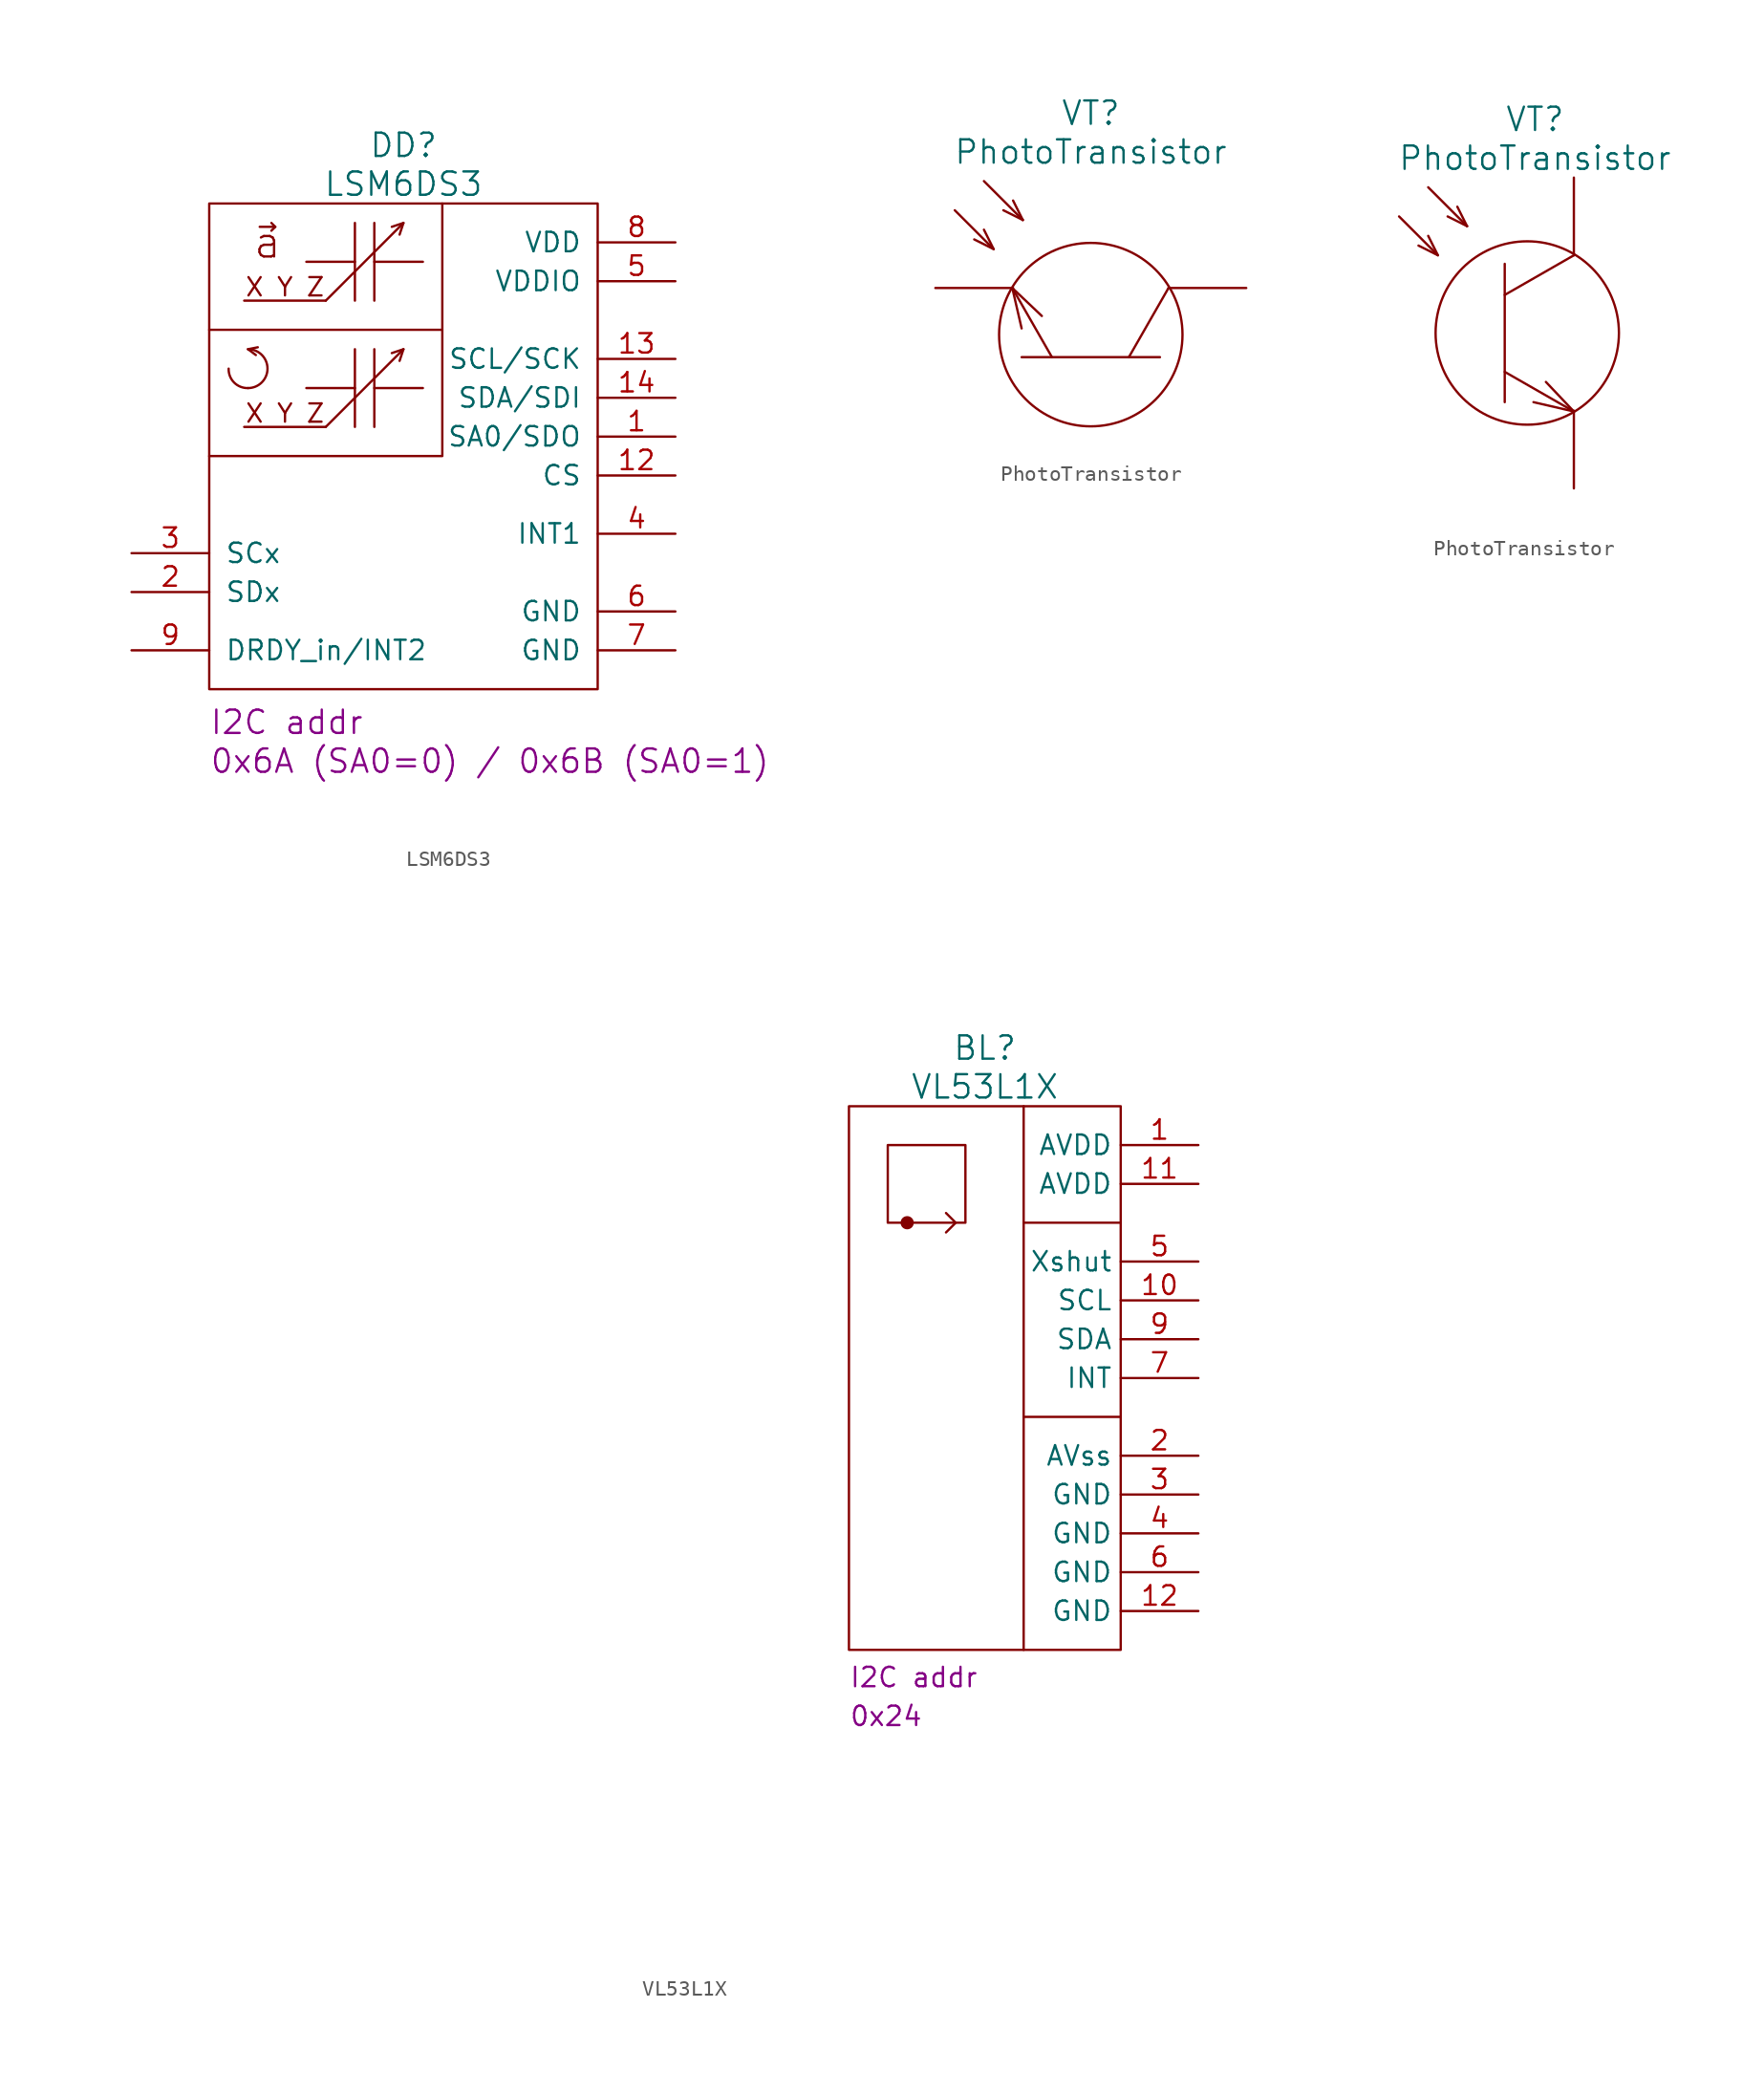
<source format=kicad_sym>
(kicad_symbol_lib
  (version 20220914)
  (generator kicad_symbol_editor)
  (symbol "LSM6DS3"
    (pin_names
      (offset 1.016))
    (property "Reference" "DD"
      (at 0 20.32 0)
      (effects (font (size 1.524 1.524))))
    (property "Value" "LSM6DS3"
      (at 0 17.78 0)
      (effects (font (size 1.524 1.524))))
    (property "I2C" "I2C addr"
      (at -12.7 -16.51 0)
      (effects (font (size 1.524 1.524)) (justify left top)))
    (property "Addr" "0x6A (SA0=0) / 0x6B (SA0=1)"
      (at -12.7 -19.05 0)
      (effects (font (size 1.524 1.524)) (justify left top)))
    (symbol "LSM6DS3_0_0"
      (arc (start -11.43 5.715) (mid -11.0671 4.8004) (end -10.16 4.445) (stroke (width 0) (type solid)) (fill (type none)))
      (arc (start -10.16 4.445) (mid -8.8955 5.715) (end -10.16 6.985) (stroke (width 0) (type solid)) (fill (type none)))
      (polyline (pts (xy -10.16 6.985) (xy -9.652 6.604)) (stroke (width 0) (type solid)) (fill (type none)))
      (polyline (pts (xy -10.16 6.985) (xy -9.525 7.112)) (stroke (width 0) (type solid)) (fill (type none)))
      (polyline (pts (xy -8.382 14.986) (xy -9.398 14.986)) (stroke (width 0) (type solid)) (fill (type none)))
      (polyline (pts (xy -5.08 1.905) (xy -10.414 1.905)) (stroke (width 0) (type solid)) (fill (type none)))
      (polyline (pts (xy -5.08 10.16) (xy -10.414 10.16)) (stroke (width 0) (type solid)) (fill (type none)))
      (polyline (pts (xy -8.636 15.24) (xy -8.382 14.986) (xy -8.636 14.732)) (stroke (width 0) (type solid)) (fill (type none)))
      (text "a" (at -8.89 13.97 0) (effects (font (size 2.007 2.007))))
      (text "X Y Z" (at -7.747 2.794 0) (effects (font (size 1.194 1.194))))
      (text "X Y Z" (at -7.747 11.049 0) (effects (font (size 1.194 1.194)))))
    (symbol "LSM6DS3_0_1"
      (rectangle (start -12.7 16.51) (end 12.7 -15.24) (stroke (width 0) (type solid)) (fill (type none)))
      (polyline (pts (xy -3.175 1.905) (xy -3.175 6.985)) (stroke (width 0) (type solid)) (fill (type none)))
      (polyline (pts (xy -3.175 4.445) (xy -6.35 4.445)) (stroke (width 0) (type solid)) (fill (type none)))
      (polyline (pts (xy -3.175 10.16) (xy -3.175 15.24)) (stroke (width 0) (type solid)) (fill (type none)))
      (polyline (pts (xy -3.175 12.7) (xy -6.35 12.7)) (stroke (width 0) (type solid)) (fill (type none)))
      (polyline (pts (xy -1.905 1.905) (xy -1.905 6.985)) (stroke (width 0) (type solid)) (fill (type none)))
      (polyline (pts (xy -1.905 4.445) (xy 1.27 4.445)) (stroke (width 0) (type solid)) (fill (type none)))
      (polyline (pts (xy -1.905 10.16) (xy -1.905 15.24)) (stroke (width 0) (type solid)) (fill (type none)))
      (polyline (pts (xy -1.905 12.7) (xy 1.27 12.7)) (stroke (width 0) (type solid)) (fill (type none)))
      (polyline (pts (xy 0 6.985) (xy -5.08 1.905)) (stroke (width 0) (type solid)) (fill (type none)))
      (polyline (pts (xy 0 15.24) (xy -5.08 10.16)) (stroke (width 0) (type solid)) (fill (type none)))
      (polyline (pts (xy -0.762 6.731) (xy 0 6.985) (xy -0.254 6.223)) (stroke (width 0) (type solid)) (fill (type none)))
      (polyline (pts (xy -0.762 14.986) (xy 0 15.24) (xy -0.254 14.478)) (stroke (width 0) (type solid)) (fill (type none)))
      (polyline (pts (xy 2.54 8.255) (xy 2.54 0) (xy -3.175 0) (xy -12.7 0)) (stroke (width 0) (type solid)) (fill (type none)))
      (polyline (pts (xy 2.54 16.51) (xy 2.54 8.255) (xy -3.175 8.255) (xy -12.7 8.255)) (stroke (width 0) (type solid)) (fill (type none))))
    (symbol "LSM6DS3_1_1"
      (pin passive line (at 17.78 1.27 180) (length 5.08) (name "SA0/SDO" (effects (font (size 1.27 1.27)))) (number "1" (effects (font (size 1.27 1.27)))))
      (pin no_connect line (at -3.81 -20.32 90) (length 5.08) hide (name "NC" (effects (font (size 1.27 1.27)))) (number "10" (effects (font (size 1.27 1.27)))))
      (pin no_connect line (at -1.27 -20.32 90) (length 5.08) hide (name "NC" (effects (font (size 1.27 1.27)))) (number "11" (effects (font (size 1.27 1.27)))))
      (pin passive line (at 17.78 -1.27 180) (length 5.08) (name "CS" (effects (font (size 1.27 1.27)))) (number "12" (effects (font (size 1.27 1.27)))))
      (pin passive line (at 17.78 6.35 180) (length 5.08) (name "SCL/SCK" (effects (font (size 1.27 1.27)))) (number "13" (effects (font (size 1.27 1.27)))))
      (pin passive line (at 17.78 3.81 180) (length 5.08) (name "SDA/SDI" (effects (font (size 1.27 1.27)))) (number "14" (effects (font (size 1.27 1.27)))))
      (pin passive line (at -17.78 -8.89 0) (length 5.08) (name "SDx" (effects (font (size 1.27 1.27)))) (number "2" (effects (font (size 1.27 1.27)))))
      (pin passive line (at -17.78 -6.35 0) (length 5.08) (name "SCx" (effects (font (size 1.27 1.27)))) (number "3" (effects (font (size 1.27 1.27)))))
      (pin passive line (at 17.78 -5.08 180) (length 5.08) (name "INT1" (effects (font (size 1.27 1.27)))) (number "4" (effects (font (size 1.27 1.27)))))
      (pin power_in line (at 17.78 11.43 180) (length 5.08) (name "VDDIO" (effects (font (size 1.27 1.27)))) (number "5" (effects (font (size 1.27 1.27)))))
      (pin power_in line (at 17.78 -10.16 180) (length 5.08) (name "GND" (effects (font (size 1.27 1.27)))) (number "6" (effects (font (size 1.27 1.27)))))
      (pin power_in line (at 17.78 -12.7 180) (length 5.08) (name "GND" (effects (font (size 1.27 1.27)))) (number "7" (effects (font (size 1.27 1.27)))))
      (pin power_in line (at 17.78 13.97 180) (length 5.08) (name "VDD" (effects (font (size 1.27 1.27)))) (number "8" (effects (font (size 1.27 1.27)))))
      (pin passive line (at -17.78 -12.7 0) (length 5.08) (name "DRDY_in/INT2" (effects (font (size 1.27 1.27)))) (number "9" (effects (font (size 1.27 1.27)))))))
  (symbol "PhotoTransistor"
    (pin_numbers hide)
    (pin_names
      (offset 1.016) hide)
    (property "Reference" "VT"
      (at 0 13.97 0)
      (effects (font (size 1.524 1.524))))
    (property "Value" "PhotoTransistor"
      (at 0 11.43 0)
      (effects (font (size 1.524 1.524))))
    (property "Footprint" ""
      (at -10.16 6.35 0)
      (effects (font (size 1.524 1.524))))
    (property "Datasheet" ""
      (at 0.635 12.7 0)
      (effects (font (size 1.524 1.524))))
    (symbol "PhotoTransistor_0_0"
      (polyline (pts (xy -8.89 7.62) (xy -6.35 5.08) (xy -6.35 5.08)) (stroke (width 0) (type solid)) (fill (type none)))
      (polyline (pts (xy -6.985 9.525) (xy -4.445 6.985) (xy -4.445 6.985)) (stroke (width 0) (type solid)) (fill (type none)))
      (polyline (pts (xy -4.445 6.985) (xy -5.715 7.62) (xy -5.715 7.62)) (stroke (width 0) (type solid)) (fill (type none)))
      (polyline (pts (xy -4.445 6.985) (xy -5.08 8.255) (xy -5.08 8.255)) (stroke (width 0) (type solid)) (fill (type none)))
      (polyline (pts (xy -6.985 6.35) (xy -6.35 5.08) (xy -7.62 5.715) (xy -7.62 5.715)) (stroke (width 0) (type solid)) (fill (type none))))
    (symbol "PhotoTransistor_1_1"
      (circle (center 0 -0.508) (radius 5.994) (stroke (width 0) (type solid)) (fill (type none)))
      (polyline (pts (xy -5.131 2.54) (xy -4.521 -0.102)) (stroke (width 0) (type solid)) (fill (type none)))
      (polyline (pts (xy -5.131 2.54) (xy -3.2 0.711)) (stroke (width 0) (type solid)) (fill (type none)))
      (polyline (pts (xy -5.131 2.54) (xy -2.54 -1.981)) (stroke (width 0) (type solid)) (fill (type none)))
      (polyline (pts (xy 4.521 -1.981) (xy -4.521 -1.981)) (stroke (width 0) (type solid)) (fill (type none)))
      (polyline (pts (xy 5.08 2.54) (xy 2.489 -1.981)) (stroke (width 0) (type solid)) (fill (type none)))
      (pin passive line (at 10.16 2.54 180) (length 5.08) (name "C" (effects (font (size 1.27 1.27)))) (number "C" (effects (font (size 1.27 1.27)))))
      (pin passive line (at -10.16 2.54 0) (length 5.08) (name "E" (effects (font (size 1.27 1.27)))) (number "E" (effects (font (size 1.27 1.27))))))
    (symbol "PhotoTransistor_1_2"
      (circle (center -0.508 0) (radius 5.994) (stroke (width 0) (type solid)) (fill (type none)))
      (polyline (pts (xy -1.981 4.521) (xy -1.981 -4.521)) (stroke (width 0) (type solid)) (fill (type none)))
      (polyline (pts (xy 2.54 -5.131) (xy -1.981 -2.54)) (stroke (width 0) (type solid)) (fill (type none)))
      (polyline (pts (xy 2.54 -5.131) (xy -0.102 -4.521)) (stroke (width 0) (type solid)) (fill (type none)))
      (polyline (pts (xy 2.54 -5.131) (xy 0.711 -3.2)) (stroke (width 0) (type solid)) (fill (type none)))
      (polyline (pts (xy 2.54 5.08) (xy -1.981 2.489)) (stroke (width 0) (type solid)) (fill (type none)))
      (pin passive line (at 2.54 10.16 270) (length 5.08) (name "C" (effects (font (size 1.27 1.27)))) (number "C" (effects (font (size 1.27 1.27)))))
      (pin passive line (at 2.54 -10.16 90) (length 5.08) (name "E" (effects (font (size 1.27 1.27)))) (number "E" (effects (font (size 1.27 1.27)))))))
  (symbol "VL53L1X"
    (property "Reference" "BL"
      (at 0 21.59 0)
      (effects (font (size 1.524 1.524))))
    (property "Value" "VL53L1X"
      (at 0 19.05 0)
      (effects (font (size 1.524 1.524))))
    (property "Datasheet" ""
      (at -53.34 -33.02 0)
      (effects (font (size 1.524 1.524))))
    (property "I2C" "I2C addr"
      (at -8.89 -20.32 0)
      (effects (font (size 1.27 1.27)) (justify left bottom)))
    (property "Addr" "0x24"
      (at -8.89 -22.86 0)
      (effects (font (size 1.27 1.27)) (justify left bottom)))
    (symbol "VL53L1X_0_0"
      (polyline (pts (xy 8.89 -2.54) (xy 2.54 -2.54)) (stroke (width 0) (type solid)) (fill (type none))))
    (symbol "VL53L1X_0_1"
      (rectangle (start -8.89 17.78) (end 8.89 -17.78) (stroke (width 0) (type solid)) (fill (type none)))
      (rectangle (start -6.35 15.24) (end -1.27 10.16) (stroke (width 0) (type solid)) (fill (type none)))
      (circle (center -5.08 10.16) (radius 0.356) (stroke (width 0) (type solid)) (fill (type outline)))
      (polyline (pts (xy 2.54 17.78) (xy 2.54 -17.78)) (stroke (width 0) (type solid)) (fill (type none)))
      (polyline (pts (xy 8.89 10.16) (xy 2.54 10.16)) (stroke (width 0) (type solid)) (fill (type none)))
      (polyline (pts (xy -2.54 10.795) (xy -1.905 10.16) (xy -2.54 9.525)) (stroke (width 0) (type solid)) (fill (type none))))
    (symbol "VL53L1X_1_1"
      (pin power_in line (at 13.97 15.24 180) (length 5.08) (name "AVDD" (effects (font (size 1.27 1.27)))) (number "1" (effects (font (size 1.27 1.27)))))
      (pin passive line (at 13.97 5.08 180) (length 5.08) (name "SCL" (effects (font (size 1.27 1.27)))) (number "10" (effects (font (size 1.27 1.27)))))
      (pin power_in line (at 13.97 12.7 180) (length 5.08) (name "AVDD" (effects (font (size 1.27 1.27)))) (number "11" (effects (font (size 1.27 1.27)))))
      (pin power_in line (at 13.97 -15.24 180) (length 5.08) (name "GND" (effects (font (size 1.27 1.27)))) (number "12" (effects (font (size 1.27 1.27)))))
      (pin power_in line (at 13.97 -5.08 180) (length 5.08) (name "AVss" (effects (font (size 1.27 1.27)))) (number "2" (effects (font (size 1.27 1.27)))))
      (pin power_in line (at 13.97 -7.62 180) (length 5.08) (name "GND" (effects (font (size 1.27 1.27)))) (number "3" (effects (font (size 1.27 1.27)))))
      (pin power_in line (at 13.97 -10.16 180) (length 5.08) (name "GND" (effects (font (size 1.27 1.27)))) (number "4" (effects (font (size 1.27 1.27)))))
      (pin passive line (at 13.97 7.62 180) (length 5.08) (name "Xshut" (effects (font (size 1.27 1.27)))) (number "5" (effects (font (size 1.27 1.27)))))
      (pin power_in line (at 13.97 -12.7 180) (length 5.08) (name "GND" (effects (font (size 1.27 1.27)))) (number "6" (effects (font (size 1.27 1.27)))))
      (pin passive line (at 13.97 0 180) (length 5.08) (name "INT" (effects (font (size 1.27 1.27)))) (number "7" (effects (font (size 1.27 1.27)))))
      (pin no_connect line (at 0 -22.86 90) (length 5.08) hide (name "NC" (effects (font (size 1.27 1.27)))) (number "8" (effects (font (size 1.27 1.27)))))
      (pin passive line (at 13.97 2.54 180) (length 5.08) (name "SDA" (effects (font (size 1.27 1.27)))) (number "9" (effects (font (size 1.27 1.27))))))))
</source>
